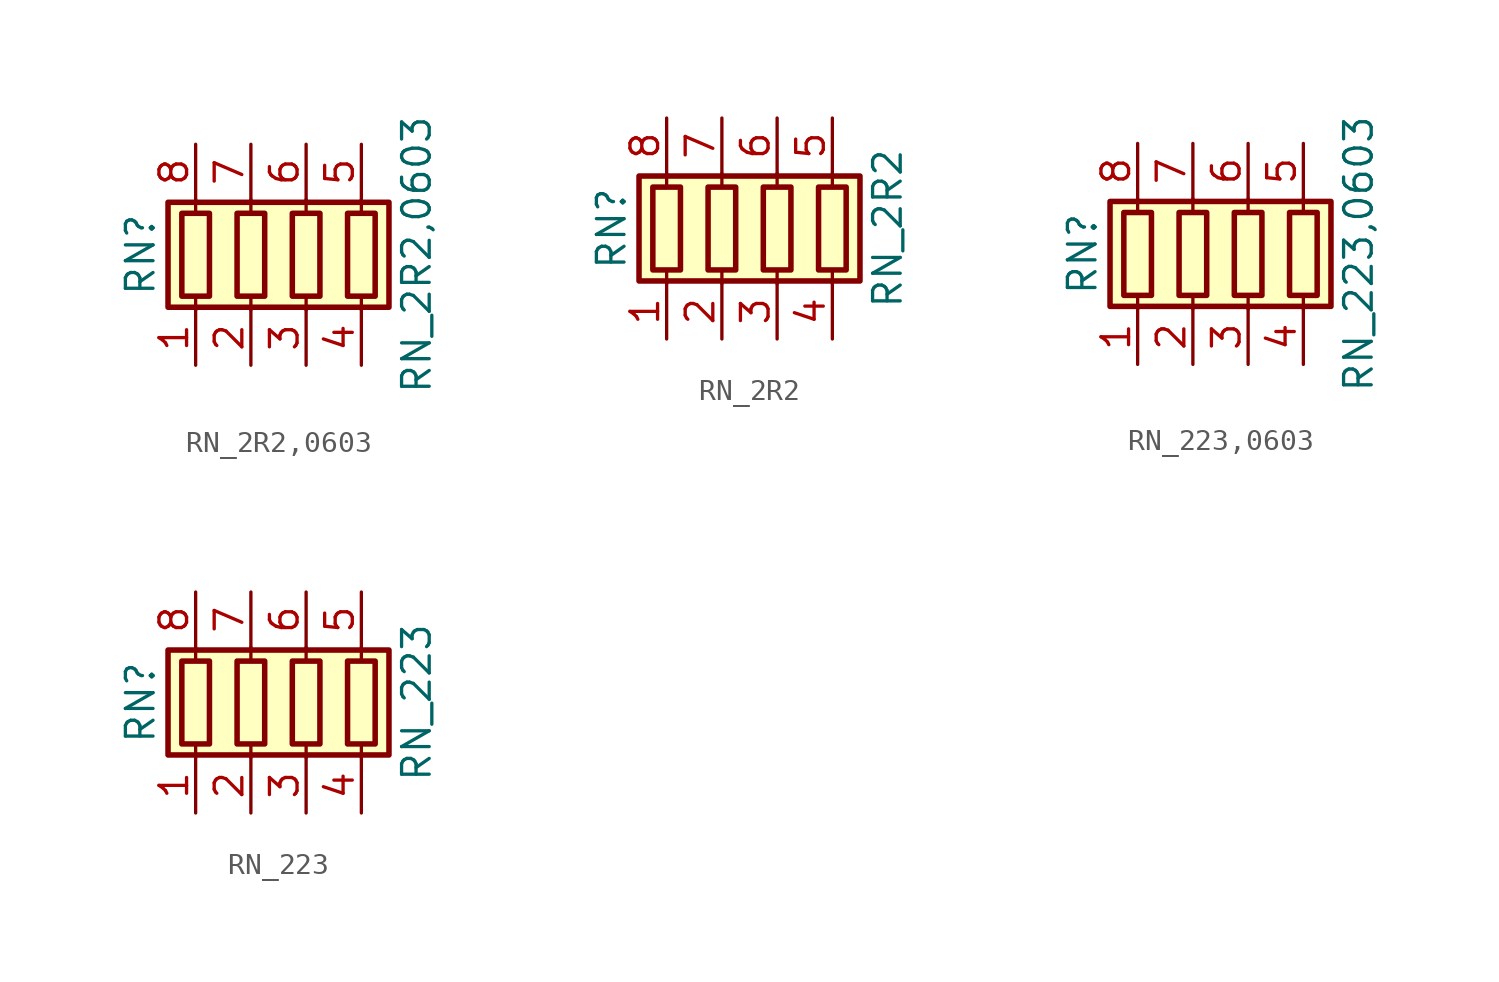
<source format=kicad_sym>
(kicad_symbol_lib
  (version 20211014)
  (generator kicad_symbol_editor)
  (symbol "RN_2R2,0603"
    (pin_names
      (offset 0) hide)
    (property "Reference" "RN"
      (at -7.62 0 90)
      (effects (font (size 1.27 1.27))))
    (property "Value" "RN_2R2,0603"
      (at 5.08 0 90)
      (effects (font (size 1.27 1.27))))
    (symbol "RN_2R2,0603_0_1"
      (rectangle (start -6.35 -2.413) (end 3.81 2.413) (stroke (width 0.254) (type default) (color 0 0 0 0)) (fill (type background)))
      (rectangle (start -5.715 1.905) (end -4.445 -1.905) (stroke (width 0.254) (type default) (color 0 0 0 0)) (fill (type none)))
      (rectangle (start -3.175 1.905) (end -1.905 -1.905) (stroke (width 0.254) (type default) (color 0 0 0 0)) (fill (type none)))
      (rectangle (start -0.635 1.905) (end 0.635 -1.905) (stroke (width 0.254) (type default) (color 0 0 0 0)) (fill (type none)))
      (polyline (pts (xy -5.08 -2.54) (xy -5.08 -1.905)) (stroke (width 0) (type default) (color 0 0 0 0)) (fill (type none)))
      (polyline (pts (xy -5.08 1.905) (xy -5.08 2.54)) (stroke (width 0) (type default) (color 0 0 0 0)) (fill (type none)))
      (polyline (pts (xy -2.54 -2.54) (xy -2.54 -1.905)) (stroke (width 0) (type default) (color 0 0 0 0)) (fill (type none)))
      (polyline (pts (xy -2.54 1.905) (xy -2.54 2.54)) (stroke (width 0) (type default) (color 0 0 0 0)) (fill (type none)))
      (polyline (pts (xy 0 -2.54) (xy 0 -1.905)) (stroke (width 0) (type default) (color 0 0 0 0)) (fill (type none)))
      (polyline (pts (xy 0 1.905) (xy 0 2.54)) (stroke (width 0) (type default) (color 0 0 0 0)) (fill (type none)))
      (polyline (pts (xy 2.54 -2.54) (xy 2.54 -1.905)) (stroke (width 0) (type default) (color 0 0 0 0)) (fill (type none)))
      (polyline (pts (xy 2.54 1.905) (xy 2.54 2.54)) (stroke (width 0) (type default) (color 0 0 0 0)) (fill (type none)))
      (rectangle (start 1.905 1.905) (end 3.175 -1.905) (stroke (width 0.254) (type default) (color 0 0 0 0)) (fill (type none))))
    (symbol "RN_2R2,0603_1_1"
      (pin passive line (at -5.08 -5.08 90) (length 2.54) (name "R1.1" (effects (font (size 1.27 1.27)))) (number "1" (effects (font (size 1.27 1.27)))))
      (pin passive line (at -2.54 -5.08 90) (length 2.54) (name "R2.1" (effects (font (size 1.27 1.27)))) (number "2" (effects (font (size 1.27 1.27)))))
      (pin passive line (at 0 -5.08 90) (length 2.54) (name "R3.1" (effects (font (size 1.27 1.27)))) (number "3" (effects (font (size 1.27 1.27)))))
      (pin passive line (at 2.54 -5.08 90) (length 2.54) (name "R4.1" (effects (font (size 1.27 1.27)))) (number "4" (effects (font (size 1.27 1.27)))))
      (pin passive line (at 2.54 5.08 270) (length 2.54) (name "R4.2" (effects (font (size 1.27 1.27)))) (number "5" (effects (font (size 1.27 1.27)))))
      (pin passive line (at 0 5.08 270) (length 2.54) (name "R3.2" (effects (font (size 1.27 1.27)))) (number "6" (effects (font (size 1.27 1.27)))))
      (pin passive line (at -2.54 5.08 270) (length 2.54) (name "R2.2" (effects (font (size 1.27 1.27)))) (number "7" (effects (font (size 1.27 1.27)))))
      (pin passive line (at -5.08 5.08 270) (length 2.54) (name "R1.2" (effects (font (size 1.27 1.27)))) (number "8" (effects (font (size 1.27 1.27)))))))
  (symbol "RN_2R2"
    (pin_names
      (offset 0) hide)
    (property "Reference" "RN"
      (at -7.62 0 90)
      (effects (font (size 1.27 1.27))))
    (property "Value" "RN_2R2"
      (at 5.08 0 90)
      (effects (font (size 1.27 1.27))))
    (symbol "RN_2R2_0_1"
      (rectangle (start -6.35 -2.413) (end 3.81 2.413) (stroke (width 0.254) (type default) (color 0 0 0 0)) (fill (type background)))
      (rectangle (start -5.715 1.905) (end -4.445 -1.905) (stroke (width 0.254) (type default) (color 0 0 0 0)) (fill (type none)))
      (rectangle (start -3.175 1.905) (end -1.905 -1.905) (stroke (width 0.254) (type default) (color 0 0 0 0)) (fill (type none)))
      (rectangle (start -0.635 1.905) (end 0.635 -1.905) (stroke (width 0.254) (type default) (color 0 0 0 0)) (fill (type none)))
      (polyline (pts (xy -5.08 -2.54) (xy -5.08 -1.905)) (stroke (width 0) (type default) (color 0 0 0 0)) (fill (type none)))
      (polyline (pts (xy -5.08 1.905) (xy -5.08 2.54)) (stroke (width 0) (type default) (color 0 0 0 0)) (fill (type none)))
      (polyline (pts (xy -2.54 -2.54) (xy -2.54 -1.905)) (stroke (width 0) (type default) (color 0 0 0 0)) (fill (type none)))
      (polyline (pts (xy -2.54 1.905) (xy -2.54 2.54)) (stroke (width 0) (type default) (color 0 0 0 0)) (fill (type none)))
      (polyline (pts (xy 0 -2.54) (xy 0 -1.905)) (stroke (width 0) (type default) (color 0 0 0 0)) (fill (type none)))
      (polyline (pts (xy 0 1.905) (xy 0 2.54)) (stroke (width 0) (type default) (color 0 0 0 0)) (fill (type none)))
      (polyline (pts (xy 2.54 -2.54) (xy 2.54 -1.905)) (stroke (width 0) (type default) (color 0 0 0 0)) (fill (type none)))
      (polyline (pts (xy 2.54 1.905) (xy 2.54 2.54)) (stroke (width 0) (type default) (color 0 0 0 0)) (fill (type none)))
      (rectangle (start 1.905 1.905) (end 3.175 -1.905) (stroke (width 0.254) (type default) (color 0 0 0 0)) (fill (type none))))
    (symbol "RN_2R2_1_1"
      (pin passive line (at -5.08 -5.08 90) (length 2.54) (name "R1.1" (effects (font (size 1.27 1.27)))) (number "1" (effects (font (size 1.27 1.27)))))
      (pin passive line (at -2.54 -5.08 90) (length 2.54) (name "R2.1" (effects (font (size 1.27 1.27)))) (number "2" (effects (font (size 1.27 1.27)))))
      (pin passive line (at 0 -5.08 90) (length 2.54) (name "R3.1" (effects (font (size 1.27 1.27)))) (number "3" (effects (font (size 1.27 1.27)))))
      (pin passive line (at 2.54 -5.08 90) (length 2.54) (name "R4.1" (effects (font (size 1.27 1.27)))) (number "4" (effects (font (size 1.27 1.27)))))
      (pin passive line (at 2.54 5.08 270) (length 2.54) (name "R4.2" (effects (font (size 1.27 1.27)))) (number "5" (effects (font (size 1.27 1.27)))))
      (pin passive line (at 0 5.08 270) (length 2.54) (name "R3.2" (effects (font (size 1.27 1.27)))) (number "6" (effects (font (size 1.27 1.27)))))
      (pin passive line (at -2.54 5.08 270) (length 2.54) (name "R2.2" (effects (font (size 1.27 1.27)))) (number "7" (effects (font (size 1.27 1.27)))))
      (pin passive line (at -5.08 5.08 270) (length 2.54) (name "R1.2" (effects (font (size 1.27 1.27)))) (number "8" (effects (font (size 1.27 1.27)))))))
  (symbol "RN_223,0603"
    (pin_names
      (offset 0) hide)
    (property "Reference" "RN"
      (at -7.62 0 90)
      (effects (font (size 1.27 1.27))))
    (property "Value" "RN_223,0603"
      (at 5.08 0 90)
      (effects (font (size 1.27 1.27))))
    (symbol "RN_223,0603_0_1"
      (rectangle (start -6.35 -2.413) (end 3.81 2.413) (stroke (width 0.254) (type default) (color 0 0 0 0)) (fill (type background)))
      (rectangle (start -5.715 1.905) (end -4.445 -1.905) (stroke (width 0.254) (type default) (color 0 0 0 0)) (fill (type none)))
      (rectangle (start -3.175 1.905) (end -1.905 -1.905) (stroke (width 0.254) (type default) (color 0 0 0 0)) (fill (type none)))
      (rectangle (start -0.635 1.905) (end 0.635 -1.905) (stroke (width 0.254) (type default) (color 0 0 0 0)) (fill (type none)))
      (polyline (pts (xy -5.08 -2.54) (xy -5.08 -1.905)) (stroke (width 0) (type default) (color 0 0 0 0)) (fill (type none)))
      (polyline (pts (xy -5.08 1.905) (xy -5.08 2.54)) (stroke (width 0) (type default) (color 0 0 0 0)) (fill (type none)))
      (polyline (pts (xy -2.54 -2.54) (xy -2.54 -1.905)) (stroke (width 0) (type default) (color 0 0 0 0)) (fill (type none)))
      (polyline (pts (xy -2.54 1.905) (xy -2.54 2.54)) (stroke (width 0) (type default) (color 0 0 0 0)) (fill (type none)))
      (polyline (pts (xy 0 -2.54) (xy 0 -1.905)) (stroke (width 0) (type default) (color 0 0 0 0)) (fill (type none)))
      (polyline (pts (xy 0 1.905) (xy 0 2.54)) (stroke (width 0) (type default) (color 0 0 0 0)) (fill (type none)))
      (polyline (pts (xy 2.54 -2.54) (xy 2.54 -1.905)) (stroke (width 0) (type default) (color 0 0 0 0)) (fill (type none)))
      (polyline (pts (xy 2.54 1.905) (xy 2.54 2.54)) (stroke (width 0) (type default) (color 0 0 0 0)) (fill (type none)))
      (rectangle (start 1.905 1.905) (end 3.175 -1.905) (stroke (width 0.254) (type default) (color 0 0 0 0)) (fill (type none))))
    (symbol "RN_223,0603_1_1"
      (pin passive line (at -5.08 -5.08 90) (length 2.54) (name "R1.1" (effects (font (size 1.27 1.27)))) (number "1" (effects (font (size 1.27 1.27)))))
      (pin passive line (at -2.54 -5.08 90) (length 2.54) (name "R2.1" (effects (font (size 1.27 1.27)))) (number "2" (effects (font (size 1.27 1.27)))))
      (pin passive line (at 0 -5.08 90) (length 2.54) (name "R3.1" (effects (font (size 1.27 1.27)))) (number "3" (effects (font (size 1.27 1.27)))))
      (pin passive line (at 2.54 -5.08 90) (length 2.54) (name "R4.1" (effects (font (size 1.27 1.27)))) (number "4" (effects (font (size 1.27 1.27)))))
      (pin passive line (at 2.54 5.08 270) (length 2.54) (name "R4.2" (effects (font (size 1.27 1.27)))) (number "5" (effects (font (size 1.27 1.27)))))
      (pin passive line (at 0 5.08 270) (length 2.54) (name "R3.2" (effects (font (size 1.27 1.27)))) (number "6" (effects (font (size 1.27 1.27)))))
      (pin passive line (at -2.54 5.08 270) (length 2.54) (name "R2.2" (effects (font (size 1.27 1.27)))) (number "7" (effects (font (size 1.27 1.27)))))
      (pin passive line (at -5.08 5.08 270) (length 2.54) (name "R1.2" (effects (font (size 1.27 1.27)))) (number "8" (effects (font (size 1.27 1.27)))))))
  (symbol "RN_223"
    (pin_names
      (offset 0) hide)
    (property "Reference" "RN"
      (at -7.62 0 90)
      (effects (font (size 1.27 1.27))))
    (property "Value" "RN_223"
      (at 5.08 0 90)
      (effects (font (size 1.27 1.27))))
    (symbol "RN_223_0_1"
      (rectangle (start -6.35 -2.413) (end 3.81 2.413) (stroke (width 0.254) (type default) (color 0 0 0 0)) (fill (type background)))
      (rectangle (start -5.715 1.905) (end -4.445 -1.905) (stroke (width 0.254) (type default) (color 0 0 0 0)) (fill (type none)))
      (rectangle (start -3.175 1.905) (end -1.905 -1.905) (stroke (width 0.254) (type default) (color 0 0 0 0)) (fill (type none)))
      (rectangle (start -0.635 1.905) (end 0.635 -1.905) (stroke (width 0.254) (type default) (color 0 0 0 0)) (fill (type none)))
      (polyline (pts (xy -5.08 -2.54) (xy -5.08 -1.905)) (stroke (width 0) (type default) (color 0 0 0 0)) (fill (type none)))
      (polyline (pts (xy -5.08 1.905) (xy -5.08 2.54)) (stroke (width 0) (type default) (color 0 0 0 0)) (fill (type none)))
      (polyline (pts (xy -2.54 -2.54) (xy -2.54 -1.905)) (stroke (width 0) (type default) (color 0 0 0 0)) (fill (type none)))
      (polyline (pts (xy -2.54 1.905) (xy -2.54 2.54)) (stroke (width 0) (type default) (color 0 0 0 0)) (fill (type none)))
      (polyline (pts (xy 0 -2.54) (xy 0 -1.905)) (stroke (width 0) (type default) (color 0 0 0 0)) (fill (type none)))
      (polyline (pts (xy 0 1.905) (xy 0 2.54)) (stroke (width 0) (type default) (color 0 0 0 0)) (fill (type none)))
      (polyline (pts (xy 2.54 -2.54) (xy 2.54 -1.905)) (stroke (width 0) (type default) (color 0 0 0 0)) (fill (type none)))
      (polyline (pts (xy 2.54 1.905) (xy 2.54 2.54)) (stroke (width 0) (type default) (color 0 0 0 0)) (fill (type none)))
      (rectangle (start 1.905 1.905) (end 3.175 -1.905) (stroke (width 0.254) (type default) (color 0 0 0 0)) (fill (type none))))
    (symbol "RN_223_1_1"
      (pin passive line (at -5.08 -5.08 90) (length 2.54) (name "R1.1" (effects (font (size 1.27 1.27)))) (number "1" (effects (font (size 1.27 1.27)))))
      (pin passive line (at -2.54 -5.08 90) (length 2.54) (name "R2.1" (effects (font (size 1.27 1.27)))) (number "2" (effects (font (size 1.27 1.27)))))
      (pin passive line (at 0 -5.08 90) (length 2.54) (name "R3.1" (effects (font (size 1.27 1.27)))) (number "3" (effects (font (size 1.27 1.27)))))
      (pin passive line (at 2.54 -5.08 90) (length 2.54) (name "R4.1" (effects (font (size 1.27 1.27)))) (number "4" (effects (font (size 1.27 1.27)))))
      (pin passive line (at 2.54 5.08 270) (length 2.54) (name "R4.2" (effects (font (size 1.27 1.27)))) (number "5" (effects (font (size 1.27 1.27)))))
      (pin passive line (at 0 5.08 270) (length 2.54) (name "R3.2" (effects (font (size 1.27 1.27)))) (number "6" (effects (font (size 1.27 1.27)))))
      (pin passive line (at -2.54 5.08 270) (length 2.54) (name "R2.2" (effects (font (size 1.27 1.27)))) (number "7" (effects (font (size 1.27 1.27)))))
      (pin passive line (at -5.08 5.08 270) (length 2.54) (name "R1.2" (effects (font (size 1.27 1.27)))) (number "8" (effects (font (size 1.27 1.27))))))))
</source>
